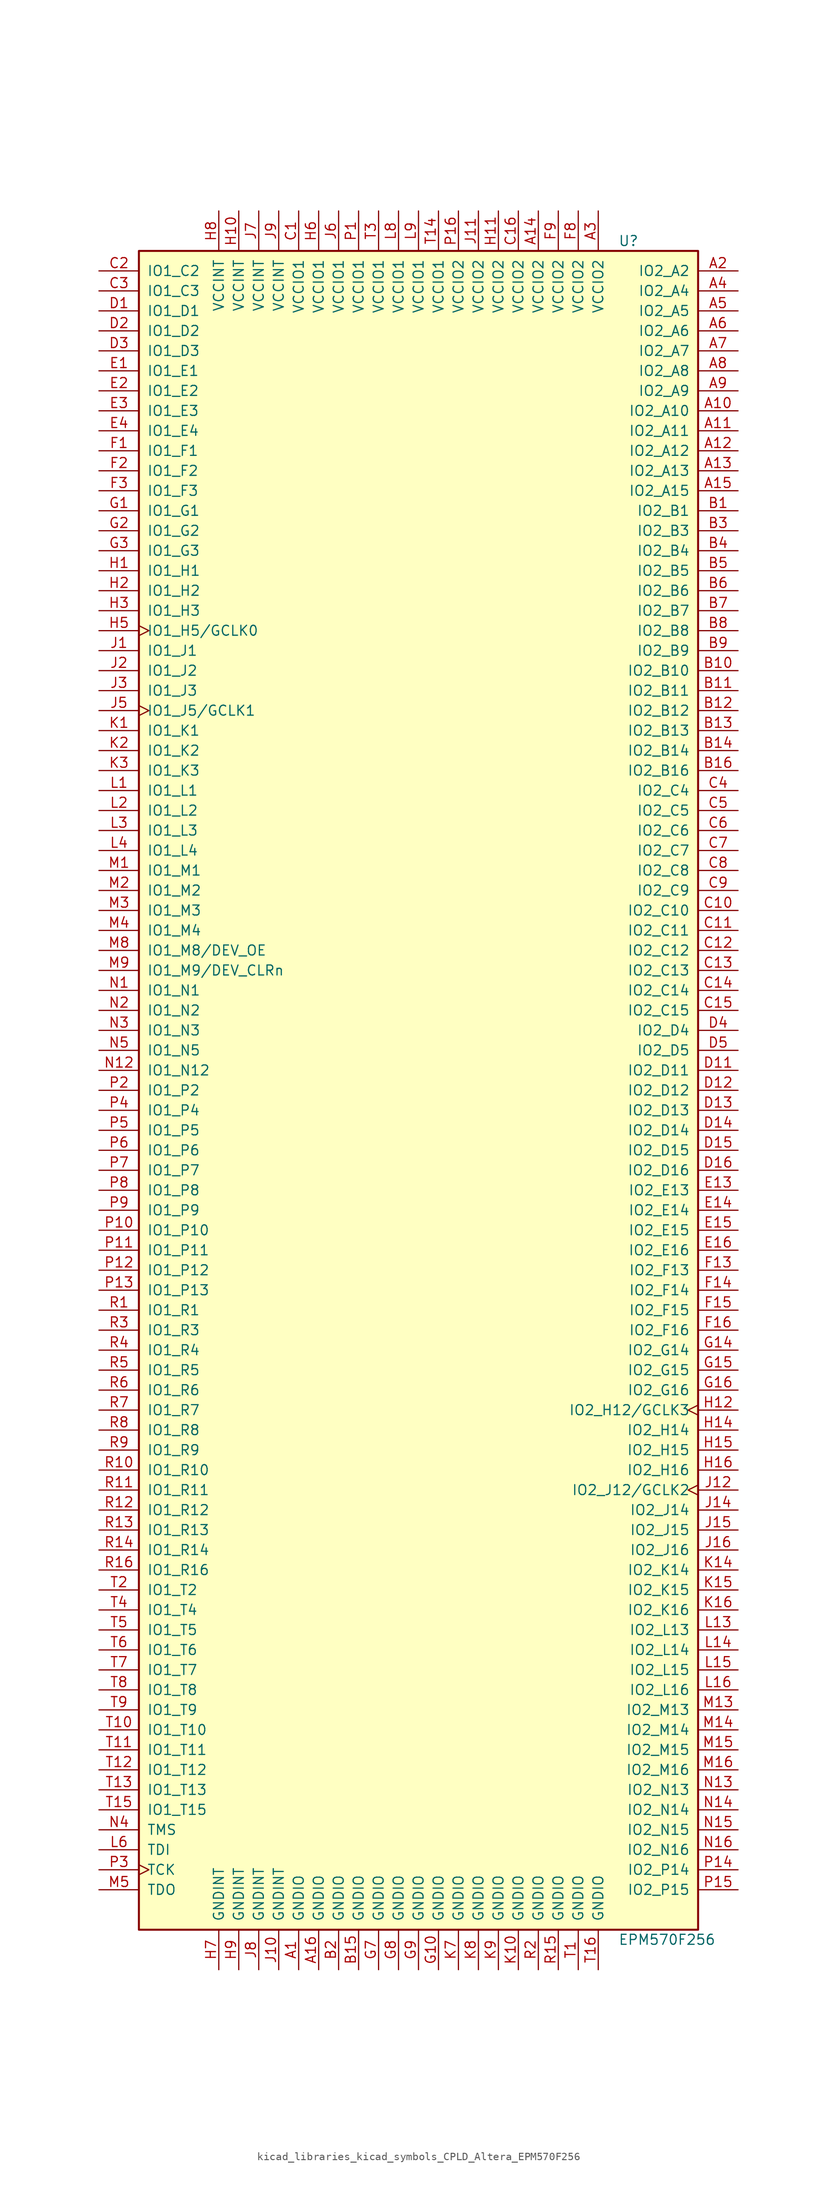
<source format=kicad_sym>
(kicad_symbol_lib
  (version 20220914)
  (generator kicad_symbol_editor)
  (symbol "kicad_libraries_kicad_symbols_CPLD_Altera_EPM570F256"
    (pin_names
      (offset 1.016))
    (property "Reference" "U"
      (at 25.4 107.95 0)
      (effects (font (size 1.27 1.27)) (justify left)))
    (property "Value" "EPM570F256"
      (at 25.4 -107.95 0)
      (effects (font (size 1.27 1.27)) (justify left)))
    (property "ki_locked" ""
      (at 0 0 0)
      (effects (font (size 1.27 1.27))))
    (symbol "kicad_libraries_kicad_symbols_CPLD_Altera_EPM570F256_1_1"
      (rectangle (start -35.56 106.68) (end 35.56 -106.68) (stroke (width 0.254) (type default)) (fill (type background)))
      (pin power_in line (at -15.24 -111.76 90) (length 5.08) (name "GNDIO" (effects (font (size 1.27 1.27)))) (number "A1" (effects (font (size 1.27 1.27)))))
      (pin bidirectional line (at 40.64 86.36 180) (length 5.08) (name "IO2_A10" (effects (font (size 1.27 1.27)))) (number "A10" (effects (font (size 1.27 1.27)))))
      (pin bidirectional line (at 40.64 83.82 180) (length 5.08) (name "IO2_A11" (effects (font (size 1.27 1.27)))) (number "A11" (effects (font (size 1.27 1.27)))))
      (pin bidirectional line (at 40.64 81.28 180) (length 5.08) (name "IO2_A12" (effects (font (size 1.27 1.27)))) (number "A12" (effects (font (size 1.27 1.27)))))
      (pin bidirectional line (at 40.64 78.74 180) (length 5.08) (name "IO2_A13" (effects (font (size 1.27 1.27)))) (number "A13" (effects (font (size 1.27 1.27)))))
      (pin power_in line (at 15.24 111.76 270) (length 5.08) (name "VCCIO2" (effects (font (size 1.27 1.27)))) (number "A14" (effects (font (size 1.27 1.27)))))
      (pin bidirectional line (at 40.64 76.2 180) (length 5.08) (name "IO2_A15" (effects (font (size 1.27 1.27)))) (number "A15" (effects (font (size 1.27 1.27)))))
      (pin power_in line (at -12.7 -111.76 90) (length 5.08) (name "GNDIO" (effects (font (size 1.27 1.27)))) (number "A16" (effects (font (size 1.27 1.27)))))
      (pin bidirectional line (at 40.64 104.14 180) (length 5.08) (name "IO2_A2" (effects (font (size 1.27 1.27)))) (number "A2" (effects (font (size 1.27 1.27)))))
      (pin power_in line (at 22.86 111.76 270) (length 5.08) (name "VCCIO2" (effects (font (size 1.27 1.27)))) (number "A3" (effects (font (size 1.27 1.27)))))
      (pin bidirectional line (at 40.64 101.6 180) (length 5.08) (name "IO2_A4" (effects (font (size 1.27 1.27)))) (number "A4" (effects (font (size 1.27 1.27)))))
      (pin bidirectional line (at 40.64 99.06 180) (length 5.08) (name "IO2_A5" (effects (font (size 1.27 1.27)))) (number "A5" (effects (font (size 1.27 1.27)))))
      (pin bidirectional line (at 40.64 96.52 180) (length 5.08) (name "IO2_A6" (effects (font (size 1.27 1.27)))) (number "A6" (effects (font (size 1.27 1.27)))))
      (pin bidirectional line (at 40.64 93.98 180) (length 5.08) (name "IO2_A7" (effects (font (size 1.27 1.27)))) (number "A7" (effects (font (size 1.27 1.27)))))
      (pin bidirectional line (at 40.64 91.44 180) (length 5.08) (name "IO2_A8" (effects (font (size 1.27 1.27)))) (number "A8" (effects (font (size 1.27 1.27)))))
      (pin bidirectional line (at 40.64 88.9 180) (length 5.08) (name "IO2_A9" (effects (font (size 1.27 1.27)))) (number "A9" (effects (font (size 1.27 1.27)))))
      (pin bidirectional line (at 40.64 73.66 180) (length 5.08) (name "IO2_B1" (effects (font (size 1.27 1.27)))) (number "B1" (effects (font (size 1.27 1.27)))))
      (pin bidirectional line (at 40.64 53.34 180) (length 5.08) (name "IO2_B10" (effects (font (size 1.27 1.27)))) (number "B10" (effects (font (size 1.27 1.27)))))
      (pin bidirectional line (at 40.64 50.8 180) (length 5.08) (name "IO2_B11" (effects (font (size 1.27 1.27)))) (number "B11" (effects (font (size 1.27 1.27)))))
      (pin bidirectional line (at 40.64 48.26 180) (length 5.08) (name "IO2_B12" (effects (font (size 1.27 1.27)))) (number "B12" (effects (font (size 1.27 1.27)))))
      (pin bidirectional line (at 40.64 45.72 180) (length 5.08) (name "IO2_B13" (effects (font (size 1.27 1.27)))) (number "B13" (effects (font (size 1.27 1.27)))))
      (pin bidirectional line (at 40.64 43.18 180) (length 5.08) (name "IO2_B14" (effects (font (size 1.27 1.27)))) (number "B14" (effects (font (size 1.27 1.27)))))
      (pin power_in line (at -7.62 -111.76 90) (length 5.08) (name "GNDIO" (effects (font (size 1.27 1.27)))) (number "B15" (effects (font (size 1.27 1.27)))))
      (pin bidirectional line (at 40.64 40.64 180) (length 5.08) (name "IO2_B16" (effects (font (size 1.27 1.27)))) (number "B16" (effects (font (size 1.27 1.27)))))
      (pin power_in line (at -10.16 -111.76 90) (length 5.08) (name "GNDIO" (effects (font (size 1.27 1.27)))) (number "B2" (effects (font (size 1.27 1.27)))))
      (pin bidirectional line (at 40.64 71.12 180) (length 5.08) (name "IO2_B3" (effects (font (size 1.27 1.27)))) (number "B3" (effects (font (size 1.27 1.27)))))
      (pin bidirectional line (at 40.64 68.58 180) (length 5.08) (name "IO2_B4" (effects (font (size 1.27 1.27)))) (number "B4" (effects (font (size 1.27 1.27)))))
      (pin bidirectional line (at 40.64 66.04 180) (length 5.08) (name "IO2_B5" (effects (font (size 1.27 1.27)))) (number "B5" (effects (font (size 1.27 1.27)))))
      (pin bidirectional line (at 40.64 63.5 180) (length 5.08) (name "IO2_B6" (effects (font (size 1.27 1.27)))) (number "B6" (effects (font (size 1.27 1.27)))))
      (pin bidirectional line (at 40.64 60.96 180) (length 5.08) (name "IO2_B7" (effects (font (size 1.27 1.27)))) (number "B7" (effects (font (size 1.27 1.27)))))
      (pin bidirectional line (at 40.64 58.42 180) (length 5.08) (name "IO2_B8" (effects (font (size 1.27 1.27)))) (number "B8" (effects (font (size 1.27 1.27)))))
      (pin bidirectional line (at 40.64 55.88 180) (length 5.08) (name "IO2_B9" (effects (font (size 1.27 1.27)))) (number "B9" (effects (font (size 1.27 1.27)))))
      (pin power_in line (at -15.24 111.76 270) (length 5.08) (name "VCCIO1" (effects (font (size 1.27 1.27)))) (number "C1" (effects (font (size 1.27 1.27)))))
      (pin bidirectional line (at 40.64 22.86 180) (length 5.08) (name "IO2_C10" (effects (font (size 1.27 1.27)))) (number "C10" (effects (font (size 1.27 1.27)))))
      (pin bidirectional line (at 40.64 20.32 180) (length 5.08) (name "IO2_C11" (effects (font (size 1.27 1.27)))) (number "C11" (effects (font (size 1.27 1.27)))))
      (pin bidirectional line (at 40.64 17.78 180) (length 5.08) (name "IO2_C12" (effects (font (size 1.27 1.27)))) (number "C12" (effects (font (size 1.27 1.27)))))
      (pin bidirectional line (at 40.64 15.24 180) (length 5.08) (name "IO2_C13" (effects (font (size 1.27 1.27)))) (number "C13" (effects (font (size 1.27 1.27)))))
      (pin bidirectional line (at 40.64 12.7 180) (length 5.08) (name "IO2_C14" (effects (font (size 1.27 1.27)))) (number "C14" (effects (font (size 1.27 1.27)))))
      (pin bidirectional line (at 40.64 10.16 180) (length 5.08) (name "IO2_C15" (effects (font (size 1.27 1.27)))) (number "C15" (effects (font (size 1.27 1.27)))))
      (pin power_in line (at 12.7 111.76 270) (length 5.08) (name "VCCIO2" (effects (font (size 1.27 1.27)))) (number "C16" (effects (font (size 1.27 1.27)))))
      (pin bidirectional line (at -40.64 104.14 0) (length 5.08) (name "IO1_C2" (effects (font (size 1.27 1.27)))) (number "C2" (effects (font (size 1.27 1.27)))))
      (pin bidirectional line (at -40.64 101.6 0) (length 5.08) (name "IO1_C3" (effects (font (size 1.27 1.27)))) (number "C3" (effects (font (size 1.27 1.27)))))
      (pin bidirectional line (at 40.64 38.1 180) (length 5.08) (name "IO2_C4" (effects (font (size 1.27 1.27)))) (number "C4" (effects (font (size 1.27 1.27)))))
      (pin bidirectional line (at 40.64 35.56 180) (length 5.08) (name "IO2_C5" (effects (font (size 1.27 1.27)))) (number "C5" (effects (font (size 1.27 1.27)))))
      (pin bidirectional line (at 40.64 33.02 180) (length 5.08) (name "IO2_C6" (effects (font (size 1.27 1.27)))) (number "C6" (effects (font (size 1.27 1.27)))))
      (pin bidirectional line (at 40.64 30.48 180) (length 5.08) (name "IO2_C7" (effects (font (size 1.27 1.27)))) (number "C7" (effects (font (size 1.27 1.27)))))
      (pin bidirectional line (at 40.64 27.94 180) (length 5.08) (name "IO2_C8" (effects (font (size 1.27 1.27)))) (number "C8" (effects (font (size 1.27 1.27)))))
      (pin bidirectional line (at 40.64 25.4 180) (length 5.08) (name "IO2_C9" (effects (font (size 1.27 1.27)))) (number "C9" (effects (font (size 1.27 1.27)))))
      (pin bidirectional line (at -40.64 99.06 0) (length 5.08) (name "IO1_D1" (effects (font (size 1.27 1.27)))) (number "D1" (effects (font (size 1.27 1.27)))))
      (pin bidirectional line (at 40.64 2.54 180) (length 5.08) (name "IO2_D11" (effects (font (size 1.27 1.27)))) (number "D11" (effects (font (size 1.27 1.27)))))
      (pin bidirectional line (at 40.64 0 180) (length 5.08) (name "IO2_D12" (effects (font (size 1.27 1.27)))) (number "D12" (effects (font (size 1.27 1.27)))))
      (pin bidirectional line (at 40.64 -2.54 180) (length 5.08) (name "IO2_D13" (effects (font (size 1.27 1.27)))) (number "D13" (effects (font (size 1.27 1.27)))))
      (pin bidirectional line (at 40.64 -5.08 180) (length 5.08) (name "IO2_D14" (effects (font (size 1.27 1.27)))) (number "D14" (effects (font (size 1.27 1.27)))))
      (pin bidirectional line (at 40.64 -7.62 180) (length 5.08) (name "IO2_D15" (effects (font (size 1.27 1.27)))) (number "D15" (effects (font (size 1.27 1.27)))))
      (pin bidirectional line (at 40.64 -10.16 180) (length 5.08) (name "IO2_D16" (effects (font (size 1.27 1.27)))) (number "D16" (effects (font (size 1.27 1.27)))))
      (pin bidirectional line (at -40.64 96.52 0) (length 5.08) (name "IO1_D2" (effects (font (size 1.27 1.27)))) (number "D2" (effects (font (size 1.27 1.27)))))
      (pin bidirectional line (at -40.64 93.98 0) (length 5.08) (name "IO1_D3" (effects (font (size 1.27 1.27)))) (number "D3" (effects (font (size 1.27 1.27)))))
      (pin bidirectional line (at 40.64 7.62 180) (length 5.08) (name "IO2_D4" (effects (font (size 1.27 1.27)))) (number "D4" (effects (font (size 1.27 1.27)))))
      (pin bidirectional line (at 40.64 5.08 180) (length 5.08) (name "IO2_D5" (effects (font (size 1.27 1.27)))) (number "D5" (effects (font (size 1.27 1.27)))))
      (pin bidirectional line (at -40.64 91.44 0) (length 5.08) (name "IO1_E1" (effects (font (size 1.27 1.27)))) (number "E1" (effects (font (size 1.27 1.27)))))
      (pin bidirectional line (at 40.64 -12.7 180) (length 5.08) (name "IO2_E13" (effects (font (size 1.27 1.27)))) (number "E13" (effects (font (size 1.27 1.27)))))
      (pin bidirectional line (at 40.64 -15.24 180) (length 5.08) (name "IO2_E14" (effects (font (size 1.27 1.27)))) (number "E14" (effects (font (size 1.27 1.27)))))
      (pin bidirectional line (at 40.64 -17.78 180) (length 5.08) (name "IO2_E15" (effects (font (size 1.27 1.27)))) (number "E15" (effects (font (size 1.27 1.27)))))
      (pin bidirectional line (at 40.64 -20.32 180) (length 5.08) (name "IO2_E16" (effects (font (size 1.27 1.27)))) (number "E16" (effects (font (size 1.27 1.27)))))
      (pin bidirectional line (at -40.64 88.9 0) (length 5.08) (name "IO1_E2" (effects (font (size 1.27 1.27)))) (number "E2" (effects (font (size 1.27 1.27)))))
      (pin bidirectional line (at -40.64 86.36 0) (length 5.08) (name "IO1_E3" (effects (font (size 1.27 1.27)))) (number "E3" (effects (font (size 1.27 1.27)))))
      (pin bidirectional line (at -40.64 83.82 0) (length 5.08) (name "IO1_E4" (effects (font (size 1.27 1.27)))) (number "E4" (effects (font (size 1.27 1.27)))))
      (pin bidirectional line (at -40.64 81.28 0) (length 5.08) (name "IO1_F1" (effects (font (size 1.27 1.27)))) (number "F1" (effects (font (size 1.27 1.27)))))
      (pin bidirectional line (at 40.64 -22.86 180) (length 5.08) (name "IO2_F13" (effects (font (size 1.27 1.27)))) (number "F13" (effects (font (size 1.27 1.27)))))
      (pin bidirectional line (at 40.64 -25.4 180) (length 5.08) (name "IO2_F14" (effects (font (size 1.27 1.27)))) (number "F14" (effects (font (size 1.27 1.27)))))
      (pin bidirectional line (at 40.64 -27.94 180) (length 5.08) (name "IO2_F15" (effects (font (size 1.27 1.27)))) (number "F15" (effects (font (size 1.27 1.27)))))
      (pin bidirectional line (at 40.64 -30.48 180) (length 5.08) (name "IO2_F16" (effects (font (size 1.27 1.27)))) (number "F16" (effects (font (size 1.27 1.27)))))
      (pin bidirectional line (at -40.64 78.74 0) (length 5.08) (name "IO1_F2" (effects (font (size 1.27 1.27)))) (number "F2" (effects (font (size 1.27 1.27)))))
      (pin bidirectional line (at -40.64 76.2 0) (length 5.08) (name "IO1_F3" (effects (font (size 1.27 1.27)))) (number "F3" (effects (font (size 1.27 1.27)))))
      (pin power_in line (at 20.32 111.76 270) (length 5.08) (name "VCCIO2" (effects (font (size 1.27 1.27)))) (number "F8" (effects (font (size 1.27 1.27)))))
      (pin power_in line (at 17.78 111.76 270) (length 5.08) (name "VCCIO2" (effects (font (size 1.27 1.27)))) (number "F9" (effects (font (size 1.27 1.27)))))
      (pin bidirectional line (at -40.64 73.66 0) (length 5.08) (name "IO1_G1" (effects (font (size 1.27 1.27)))) (number "G1" (effects (font (size 1.27 1.27)))))
      (pin power_in line (at 2.54 -111.76 90) (length 5.08) (name "GNDIO" (effects (font (size 1.27 1.27)))) (number "G10" (effects (font (size 1.27 1.27)))))
      (pin bidirectional line (at 40.64 -33.02 180) (length 5.08) (name "IO2_G14" (effects (font (size 1.27 1.27)))) (number "G14" (effects (font (size 1.27 1.27)))))
      (pin bidirectional line (at 40.64 -35.56 180) (length 5.08) (name "IO2_G15" (effects (font (size 1.27 1.27)))) (number "G15" (effects (font (size 1.27 1.27)))))
      (pin bidirectional line (at 40.64 -38.1 180) (length 5.08) (name "IO2_G16" (effects (font (size 1.27 1.27)))) (number "G16" (effects (font (size 1.27 1.27)))))
      (pin bidirectional line (at -40.64 71.12 0) (length 5.08) (name "IO1_G2" (effects (font (size 1.27 1.27)))) (number "G2" (effects (font (size 1.27 1.27)))))
      (pin bidirectional line (at -40.64 68.58 0) (length 5.08) (name "IO1_G3" (effects (font (size 1.27 1.27)))) (number "G3" (effects (font (size 1.27 1.27)))))
      (pin power_in line (at -5.08 -111.76 90) (length 5.08) (name "GNDIO" (effects (font (size 1.27 1.27)))) (number "G7" (effects (font (size 1.27 1.27)))))
      (pin power_in line (at -2.54 -111.76 90) (length 5.08) (name "GNDIO" (effects (font (size 1.27 1.27)))) (number "G8" (effects (font (size 1.27 1.27)))))
      (pin power_in line (at 0 -111.76 90) (length 5.08) (name "GNDIO" (effects (font (size 1.27 1.27)))) (number "G9" (effects (font (size 1.27 1.27)))))
      (pin bidirectional line (at -40.64 66.04 0) (length 5.08) (name "IO1_H1" (effects (font (size 1.27 1.27)))) (number "H1" (effects (font (size 1.27 1.27)))))
      (pin power_in line (at -22.86 111.76 270) (length 5.08) (name "VCCINT" (effects (font (size 1.27 1.27)))) (number "H10" (effects (font (size 1.27 1.27)))))
      (pin power_in line (at 10.16 111.76 270) (length 5.08) (name "VCCIO2" (effects (font (size 1.27 1.27)))) (number "H11" (effects (font (size 1.27 1.27)))))
      (pin bidirectional clock (at 40.64 -40.64 180) (length 5.08) (name "IO2_H12/GCLK3" (effects (font (size 1.27 1.27)))) (number "H12" (effects (font (size 1.27 1.27)))))
      (pin bidirectional line (at 40.64 -43.18 180) (length 5.08) (name "IO2_H14" (effects (font (size 1.27 1.27)))) (number "H14" (effects (font (size 1.27 1.27)))))
      (pin bidirectional line (at 40.64 -45.72 180) (length 5.08) (name "IO2_H15" (effects (font (size 1.27 1.27)))) (number "H15" (effects (font (size 1.27 1.27)))))
      (pin bidirectional line (at 40.64 -48.26 180) (length 5.08) (name "IO2_H16" (effects (font (size 1.27 1.27)))) (number "H16" (effects (font (size 1.27 1.27)))))
      (pin bidirectional line (at -40.64 63.5 0) (length 5.08) (name "IO1_H2" (effects (font (size 1.27 1.27)))) (number "H2" (effects (font (size 1.27 1.27)))))
      (pin bidirectional line (at -40.64 60.96 0) (length 5.08) (name "IO1_H3" (effects (font (size 1.27 1.27)))) (number "H3" (effects (font (size 1.27 1.27)))))
      (pin bidirectional clock (at -40.64 58.42 0) (length 5.08) (name "IO1_H5/GCLK0" (effects (font (size 1.27 1.27)))) (number "H5" (effects (font (size 1.27 1.27)))))
      (pin power_in line (at -12.7 111.76 270) (length 5.08) (name "VCCIO1" (effects (font (size 1.27 1.27)))) (number "H6" (effects (font (size 1.27 1.27)))))
      (pin power_in line (at -25.4 -111.76 90) (length 5.08) (name "GNDINT" (effects (font (size 1.27 1.27)))) (number "H7" (effects (font (size 1.27 1.27)))))
      (pin power_in line (at -25.4 111.76 270) (length 5.08) (name "VCCINT" (effects (font (size 1.27 1.27)))) (number "H8" (effects (font (size 1.27 1.27)))))
      (pin power_in line (at -22.86 -111.76 90) (length 5.08) (name "GNDINT" (effects (font (size 1.27 1.27)))) (number "H9" (effects (font (size 1.27 1.27)))))
      (pin bidirectional line (at -40.64 55.88 0) (length 5.08) (name "IO1_J1" (effects (font (size 1.27 1.27)))) (number "J1" (effects (font (size 1.27 1.27)))))
      (pin power_in line (at -17.78 -111.76 90) (length 5.08) (name "GNDINT" (effects (font (size 1.27 1.27)))) (number "J10" (effects (font (size 1.27 1.27)))))
      (pin power_in line (at 7.62 111.76 270) (length 5.08) (name "VCCIO2" (effects (font (size 1.27 1.27)))) (number "J11" (effects (font (size 1.27 1.27)))))
      (pin bidirectional clock (at 40.64 -50.8 180) (length 5.08) (name "IO2_J12/GCLK2" (effects (font (size 1.27 1.27)))) (number "J12" (effects (font (size 1.27 1.27)))))
      (pin bidirectional line (at 40.64 -53.34 180) (length 5.08) (name "IO2_J14" (effects (font (size 1.27 1.27)))) (number "J14" (effects (font (size 1.27 1.27)))))
      (pin bidirectional line (at 40.64 -55.88 180) (length 5.08) (name "IO2_J15" (effects (font (size 1.27 1.27)))) (number "J15" (effects (font (size 1.27 1.27)))))
      (pin bidirectional line (at 40.64 -58.42 180) (length 5.08) (name "IO2_J16" (effects (font (size 1.27 1.27)))) (number "J16" (effects (font (size 1.27 1.27)))))
      (pin bidirectional line (at -40.64 53.34 0) (length 5.08) (name "IO1_J2" (effects (font (size 1.27 1.27)))) (number "J2" (effects (font (size 1.27 1.27)))))
      (pin bidirectional line (at -40.64 50.8 0) (length 5.08) (name "IO1_J3" (effects (font (size 1.27 1.27)))) (number "J3" (effects (font (size 1.27 1.27)))))
      (pin bidirectional clock (at -40.64 48.26 0) (length 5.08) (name "IO1_J5/GCLK1" (effects (font (size 1.27 1.27)))) (number "J5" (effects (font (size 1.27 1.27)))))
      (pin power_in line (at -10.16 111.76 270) (length 5.08) (name "VCCIO1" (effects (font (size 1.27 1.27)))) (number "J6" (effects (font (size 1.27 1.27)))))
      (pin power_in line (at -20.32 111.76 270) (length 5.08) (name "VCCINT" (effects (font (size 1.27 1.27)))) (number "J7" (effects (font (size 1.27 1.27)))))
      (pin power_in line (at -20.32 -111.76 90) (length 5.08) (name "GNDINT" (effects (font (size 1.27 1.27)))) (number "J8" (effects (font (size 1.27 1.27)))))
      (pin power_in line (at -17.78 111.76 270) (length 5.08) (name "VCCINT" (effects (font (size 1.27 1.27)))) (number "J9" (effects (font (size 1.27 1.27)))))
      (pin bidirectional line (at -40.64 45.72 0) (length 5.08) (name "IO1_K1" (effects (font (size 1.27 1.27)))) (number "K1" (effects (font (size 1.27 1.27)))))
      (pin power_in line (at 12.7 -111.76 90) (length 5.08) (name "GNDIO" (effects (font (size 1.27 1.27)))) (number "K10" (effects (font (size 1.27 1.27)))))
      (pin bidirectional line (at 40.64 -60.96 180) (length 5.08) (name "IO2_K14" (effects (font (size 1.27 1.27)))) (number "K14" (effects (font (size 1.27 1.27)))))
      (pin bidirectional line (at 40.64 -63.5 180) (length 5.08) (name "IO2_K15" (effects (font (size 1.27 1.27)))) (number "K15" (effects (font (size 1.27 1.27)))))
      (pin bidirectional line (at 40.64 -66.04 180) (length 5.08) (name "IO2_K16" (effects (font (size 1.27 1.27)))) (number "K16" (effects (font (size 1.27 1.27)))))
      (pin bidirectional line (at -40.64 43.18 0) (length 5.08) (name "IO1_K2" (effects (font (size 1.27 1.27)))) (number "K2" (effects (font (size 1.27 1.27)))))
      (pin bidirectional line (at -40.64 40.64 0) (length 5.08) (name "IO1_K3" (effects (font (size 1.27 1.27)))) (number "K3" (effects (font (size 1.27 1.27)))))
      (pin power_in line (at 5.08 -111.76 90) (length 5.08) (name "GNDIO" (effects (font (size 1.27 1.27)))) (number "K7" (effects (font (size 1.27 1.27)))))
      (pin power_in line (at 7.62 -111.76 90) (length 5.08) (name "GNDIO" (effects (font (size 1.27 1.27)))) (number "K8" (effects (font (size 1.27 1.27)))))
      (pin power_in line (at 10.16 -111.76 90) (length 5.08) (name "GNDIO" (effects (font (size 1.27 1.27)))) (number "K9" (effects (font (size 1.27 1.27)))))
      (pin bidirectional line (at -40.64 38.1 0) (length 5.08) (name "IO1_L1" (effects (font (size 1.27 1.27)))) (number "L1" (effects (font (size 1.27 1.27)))))
      (pin bidirectional line (at 40.64 -68.58 180) (length 5.08) (name "IO2_L13" (effects (font (size 1.27 1.27)))) (number "L13" (effects (font (size 1.27 1.27)))))
      (pin bidirectional line (at 40.64 -71.12 180) (length 5.08) (name "IO2_L14" (effects (font (size 1.27 1.27)))) (number "L14" (effects (font (size 1.27 1.27)))))
      (pin bidirectional line (at 40.64 -73.66 180) (length 5.08) (name "IO2_L15" (effects (font (size 1.27 1.27)))) (number "L15" (effects (font (size 1.27 1.27)))))
      (pin bidirectional line (at 40.64 -76.2 180) (length 5.08) (name "IO2_L16" (effects (font (size 1.27 1.27)))) (number "L16" (effects (font (size 1.27 1.27)))))
      (pin bidirectional line (at -40.64 35.56 0) (length 5.08) (name "IO1_L2" (effects (font (size 1.27 1.27)))) (number "L2" (effects (font (size 1.27 1.27)))))
      (pin bidirectional line (at -40.64 33.02 0) (length 5.08) (name "IO1_L3" (effects (font (size 1.27 1.27)))) (number "L3" (effects (font (size 1.27 1.27)))))
      (pin bidirectional line (at -40.64 30.48 0) (length 5.08) (name "IO1_L4" (effects (font (size 1.27 1.27)))) (number "L4" (effects (font (size 1.27 1.27)))))
      (pin input line (at -40.64 -96.52 0) (length 5.08) (name "TDI" (effects (font (size 1.27 1.27)))) (number "L6" (effects (font (size 1.27 1.27)))))
      (pin power_in line (at -2.54 111.76 270) (length 5.08) (name "VCCIO1" (effects (font (size 1.27 1.27)))) (number "L8" (effects (font (size 1.27 1.27)))))
      (pin power_in line (at 0 111.76 270) (length 5.08) (name "VCCIO1" (effects (font (size 1.27 1.27)))) (number "L9" (effects (font (size 1.27 1.27)))))
      (pin bidirectional line (at -40.64 27.94 0) (length 5.08) (name "IO1_M1" (effects (font (size 1.27 1.27)))) (number "M1" (effects (font (size 1.27 1.27)))))
      (pin bidirectional line (at 40.64 -78.74 180) (length 5.08) (name "IO2_M13" (effects (font (size 1.27 1.27)))) (number "M13" (effects (font (size 1.27 1.27)))))
      (pin bidirectional line (at 40.64 -81.28 180) (length 5.08) (name "IO2_M14" (effects (font (size 1.27 1.27)))) (number "M14" (effects (font (size 1.27 1.27)))))
      (pin bidirectional line (at 40.64 -83.82 180) (length 5.08) (name "IO2_M15" (effects (font (size 1.27 1.27)))) (number "M15" (effects (font (size 1.27 1.27)))))
      (pin bidirectional line (at 40.64 -86.36 180) (length 5.08) (name "IO2_M16" (effects (font (size 1.27 1.27)))) (number "M16" (effects (font (size 1.27 1.27)))))
      (pin bidirectional line (at -40.64 25.4 0) (length 5.08) (name "IO1_M2" (effects (font (size 1.27 1.27)))) (number "M2" (effects (font (size 1.27 1.27)))))
      (pin bidirectional line (at -40.64 22.86 0) (length 5.08) (name "IO1_M3" (effects (font (size 1.27 1.27)))) (number "M3" (effects (font (size 1.27 1.27)))))
      (pin bidirectional line (at -40.64 20.32 0) (length 5.08) (name "IO1_M4" (effects (font (size 1.27 1.27)))) (number "M4" (effects (font (size 1.27 1.27)))))
      (pin output line (at -40.64 -101.6 0) (length 5.08) (name "TDO" (effects (font (size 1.27 1.27)))) (number "M5" (effects (font (size 1.27 1.27)))))
      (pin bidirectional line (at -40.64 17.78 0) (length 5.08) (name "IO1_M8/DEV_OE" (effects (font (size 1.27 1.27)))) (number "M8" (effects (font (size 1.27 1.27)))))
      (pin bidirectional line (at -40.64 15.24 0) (length 5.08) (name "IO1_M9/DEV_CLRn" (effects (font (size 1.27 1.27)))) (number "M9" (effects (font (size 1.27 1.27)))))
      (pin bidirectional line (at -40.64 12.7 0) (length 5.08) (name "IO1_N1" (effects (font (size 1.27 1.27)))) (number "N1" (effects (font (size 1.27 1.27)))))
      (pin bidirectional line (at -40.64 2.54 0) (length 5.08) (name "IO1_N12" (effects (font (size 1.27 1.27)))) (number "N12" (effects (font (size 1.27 1.27)))))
      (pin bidirectional line (at 40.64 -88.9 180) (length 5.08) (name "IO2_N13" (effects (font (size 1.27 1.27)))) (number "N13" (effects (font (size 1.27 1.27)))))
      (pin bidirectional line (at 40.64 -91.44 180) (length 5.08) (name "IO2_N14" (effects (font (size 1.27 1.27)))) (number "N14" (effects (font (size 1.27 1.27)))))
      (pin bidirectional line (at 40.64 -93.98 180) (length 5.08) (name "IO2_N15" (effects (font (size 1.27 1.27)))) (number "N15" (effects (font (size 1.27 1.27)))))
      (pin bidirectional line (at 40.64 -96.52 180) (length 5.08) (name "IO2_N16" (effects (font (size 1.27 1.27)))) (number "N16" (effects (font (size 1.27 1.27)))))
      (pin bidirectional line (at -40.64 10.16 0) (length 5.08) (name "IO1_N2" (effects (font (size 1.27 1.27)))) (number "N2" (effects (font (size 1.27 1.27)))))
      (pin bidirectional line (at -40.64 7.62 0) (length 5.08) (name "IO1_N3" (effects (font (size 1.27 1.27)))) (number "N3" (effects (font (size 1.27 1.27)))))
      (pin input line (at -40.64 -93.98 0) (length 5.08) (name "TMS" (effects (font (size 1.27 1.27)))) (number "N4" (effects (font (size 1.27 1.27)))))
      (pin bidirectional line (at -40.64 5.08 0) (length 5.08) (name "IO1_N5" (effects (font (size 1.27 1.27)))) (number "N5" (effects (font (size 1.27 1.27)))))
      (pin power_in line (at -7.62 111.76 270) (length 5.08) (name "VCCIO1" (effects (font (size 1.27 1.27)))) (number "P1" (effects (font (size 1.27 1.27)))))
      (pin bidirectional line (at -40.64 -17.78 0) (length 5.08) (name "IO1_P10" (effects (font (size 1.27 1.27)))) (number "P10" (effects (font (size 1.27 1.27)))))
      (pin bidirectional line (at -40.64 -20.32 0) (length 5.08) (name "IO1_P11" (effects (font (size 1.27 1.27)))) (number "P11" (effects (font (size 1.27 1.27)))))
      (pin bidirectional line (at -40.64 -22.86 0) (length 5.08) (name "IO1_P12" (effects (font (size 1.27 1.27)))) (number "P12" (effects (font (size 1.27 1.27)))))
      (pin bidirectional line (at -40.64 -25.4 0) (length 5.08) (name "IO1_P13" (effects (font (size 1.27 1.27)))) (number "P13" (effects (font (size 1.27 1.27)))))
      (pin bidirectional line (at 40.64 -99.06 180) (length 5.08) (name "IO2_P14" (effects (font (size 1.27 1.27)))) (number "P14" (effects (font (size 1.27 1.27)))))
      (pin bidirectional line (at 40.64 -101.6 180) (length 5.08) (name "IO2_P15" (effects (font (size 1.27 1.27)))) (number "P15" (effects (font (size 1.27 1.27)))))
      (pin power_in line (at 5.08 111.76 270) (length 5.08) (name "VCCIO2" (effects (font (size 1.27 1.27)))) (number "P16" (effects (font (size 1.27 1.27)))))
      (pin bidirectional line (at -40.64 0 0) (length 5.08) (name "IO1_P2" (effects (font (size 1.27 1.27)))) (number "P2" (effects (font (size 1.27 1.27)))))
      (pin input clock (at -40.64 -99.06 0) (length 5.08) (name "TCK" (effects (font (size 1.27 1.27)))) (number "P3" (effects (font (size 1.27 1.27)))))
      (pin bidirectional line (at -40.64 -2.54 0) (length 5.08) (name "IO1_P4" (effects (font (size 1.27 1.27)))) (number "P4" (effects (font (size 1.27 1.27)))))
      (pin bidirectional line (at -40.64 -5.08 0) (length 5.08) (name "IO1_P5" (effects (font (size 1.27 1.27)))) (number "P5" (effects (font (size 1.27 1.27)))))
      (pin bidirectional line (at -40.64 -7.62 0) (length 5.08) (name "IO1_P6" (effects (font (size 1.27 1.27)))) (number "P6" (effects (font (size 1.27 1.27)))))
      (pin bidirectional line (at -40.64 -10.16 0) (length 5.08) (name "IO1_P7" (effects (font (size 1.27 1.27)))) (number "P7" (effects (font (size 1.27 1.27)))))
      (pin bidirectional line (at -40.64 -12.7 0) (length 5.08) (name "IO1_P8" (effects (font (size 1.27 1.27)))) (number "P8" (effects (font (size 1.27 1.27)))))
      (pin bidirectional line (at -40.64 -15.24 0) (length 5.08) (name "IO1_P9" (effects (font (size 1.27 1.27)))) (number "P9" (effects (font (size 1.27 1.27)))))
      (pin bidirectional line (at -40.64 -27.94 0) (length 5.08) (name "IO1_R1" (effects (font (size 1.27 1.27)))) (number "R1" (effects (font (size 1.27 1.27)))))
      (pin bidirectional line (at -40.64 -48.26 0) (length 5.08) (name "IO1_R10" (effects (font (size 1.27 1.27)))) (number "R10" (effects (font (size 1.27 1.27)))))
      (pin bidirectional line (at -40.64 -50.8 0) (length 5.08) (name "IO1_R11" (effects (font (size 1.27 1.27)))) (number "R11" (effects (font (size 1.27 1.27)))))
      (pin bidirectional line (at -40.64 -53.34 0) (length 5.08) (name "IO1_R12" (effects (font (size 1.27 1.27)))) (number "R12" (effects (font (size 1.27 1.27)))))
      (pin bidirectional line (at -40.64 -55.88 0) (length 5.08) (name "IO1_R13" (effects (font (size 1.27 1.27)))) (number "R13" (effects (font (size 1.27 1.27)))))
      (pin bidirectional line (at -40.64 -58.42 0) (length 5.08) (name "IO1_R14" (effects (font (size 1.27 1.27)))) (number "R14" (effects (font (size 1.27 1.27)))))
      (pin power_in line (at 17.78 -111.76 90) (length 5.08) (name "GNDIO" (effects (font (size 1.27 1.27)))) (number "R15" (effects (font (size 1.27 1.27)))))
      (pin bidirectional line (at -40.64 -60.96 0) (length 5.08) (name "IO1_R16" (effects (font (size 1.27 1.27)))) (number "R16" (effects (font (size 1.27 1.27)))))
      (pin power_in line (at 15.24 -111.76 90) (length 5.08) (name "GNDIO" (effects (font (size 1.27 1.27)))) (number "R2" (effects (font (size 1.27 1.27)))))
      (pin bidirectional line (at -40.64 -30.48 0) (length 5.08) (name "IO1_R3" (effects (font (size 1.27 1.27)))) (number "R3" (effects (font (size 1.27 1.27)))))
      (pin bidirectional line (at -40.64 -33.02 0) (length 5.08) (name "IO1_R4" (effects (font (size 1.27 1.27)))) (number "R4" (effects (font (size 1.27 1.27)))))
      (pin bidirectional line (at -40.64 -35.56 0) (length 5.08) (name "IO1_R5" (effects (font (size 1.27 1.27)))) (number "R5" (effects (font (size 1.27 1.27)))))
      (pin bidirectional line (at -40.64 -38.1 0) (length 5.08) (name "IO1_R6" (effects (font (size 1.27 1.27)))) (number "R6" (effects (font (size 1.27 1.27)))))
      (pin bidirectional line (at -40.64 -40.64 0) (length 5.08) (name "IO1_R7" (effects (font (size 1.27 1.27)))) (number "R7" (effects (font (size 1.27 1.27)))))
      (pin bidirectional line (at -40.64 -43.18 0) (length 5.08) (name "IO1_R8" (effects (font (size 1.27 1.27)))) (number "R8" (effects (font (size 1.27 1.27)))))
      (pin bidirectional line (at -40.64 -45.72 0) (length 5.08) (name "IO1_R9" (effects (font (size 1.27 1.27)))) (number "R9" (effects (font (size 1.27 1.27)))))
      (pin power_in line (at 20.32 -111.76 90) (length 5.08) (name "GNDIO" (effects (font (size 1.27 1.27)))) (number "T1" (effects (font (size 1.27 1.27)))))
      (pin bidirectional line (at -40.64 -81.28 0) (length 5.08) (name "IO1_T10" (effects (font (size 1.27 1.27)))) (number "T10" (effects (font (size 1.27 1.27)))))
      (pin bidirectional line (at -40.64 -83.82 0) (length 5.08) (name "IO1_T11" (effects (font (size 1.27 1.27)))) (number "T11" (effects (font (size 1.27 1.27)))))
      (pin bidirectional line (at -40.64 -86.36 0) (length 5.08) (name "IO1_T12" (effects (font (size 1.27 1.27)))) (number "T12" (effects (font (size 1.27 1.27)))))
      (pin bidirectional line (at -40.64 -88.9 0) (length 5.08) (name "IO1_T13" (effects (font (size 1.27 1.27)))) (number "T13" (effects (font (size 1.27 1.27)))))
      (pin power_in line (at 2.54 111.76 270) (length 5.08) (name "VCCIO1" (effects (font (size 1.27 1.27)))) (number "T14" (effects (font (size 1.27 1.27)))))
      (pin bidirectional line (at -40.64 -91.44 0) (length 5.08) (name "IO1_T15" (effects (font (size 1.27 1.27)))) (number "T15" (effects (font (size 1.27 1.27)))))
      (pin power_in line (at 22.86 -111.76 90) (length 5.08) (name "GNDIO" (effects (font (size 1.27 1.27)))) (number "T16" (effects (font (size 1.27 1.27)))))
      (pin bidirectional line (at -40.64 -63.5 0) (length 5.08) (name "IO1_T2" (effects (font (size 1.27 1.27)))) (number "T2" (effects (font (size 1.27 1.27)))))
      (pin power_in line (at -5.08 111.76 270) (length 5.08) (name "VCCIO1" (effects (font (size 1.27 1.27)))) (number "T3" (effects (font (size 1.27 1.27)))))
      (pin bidirectional line (at -40.64 -66.04 0) (length 5.08) (name "IO1_T4" (effects (font (size 1.27 1.27)))) (number "T4" (effects (font (size 1.27 1.27)))))
      (pin bidirectional line (at -40.64 -68.58 0) (length 5.08) (name "IO1_T5" (effects (font (size 1.27 1.27)))) (number "T5" (effects (font (size 1.27 1.27)))))
      (pin bidirectional line (at -40.64 -71.12 0) (length 5.08) (name "IO1_T6" (effects (font (size 1.27 1.27)))) (number "T6" (effects (font (size 1.27 1.27)))))
      (pin bidirectional line (at -40.64 -73.66 0) (length 5.08) (name "IO1_T7" (effects (font (size 1.27 1.27)))) (number "T7" (effects (font (size 1.27 1.27)))))
      (pin bidirectional line (at -40.64 -76.2 0) (length 5.08) (name "IO1_T8" (effects (font (size 1.27 1.27)))) (number "T8" (effects (font (size 1.27 1.27)))))
      (pin bidirectional line (at -40.64 -78.74 0) (length 5.08) (name "IO1_T9" (effects (font (size 1.27 1.27)))) (number "T9" (effects (font (size 1.27 1.27))))))))
</source>
